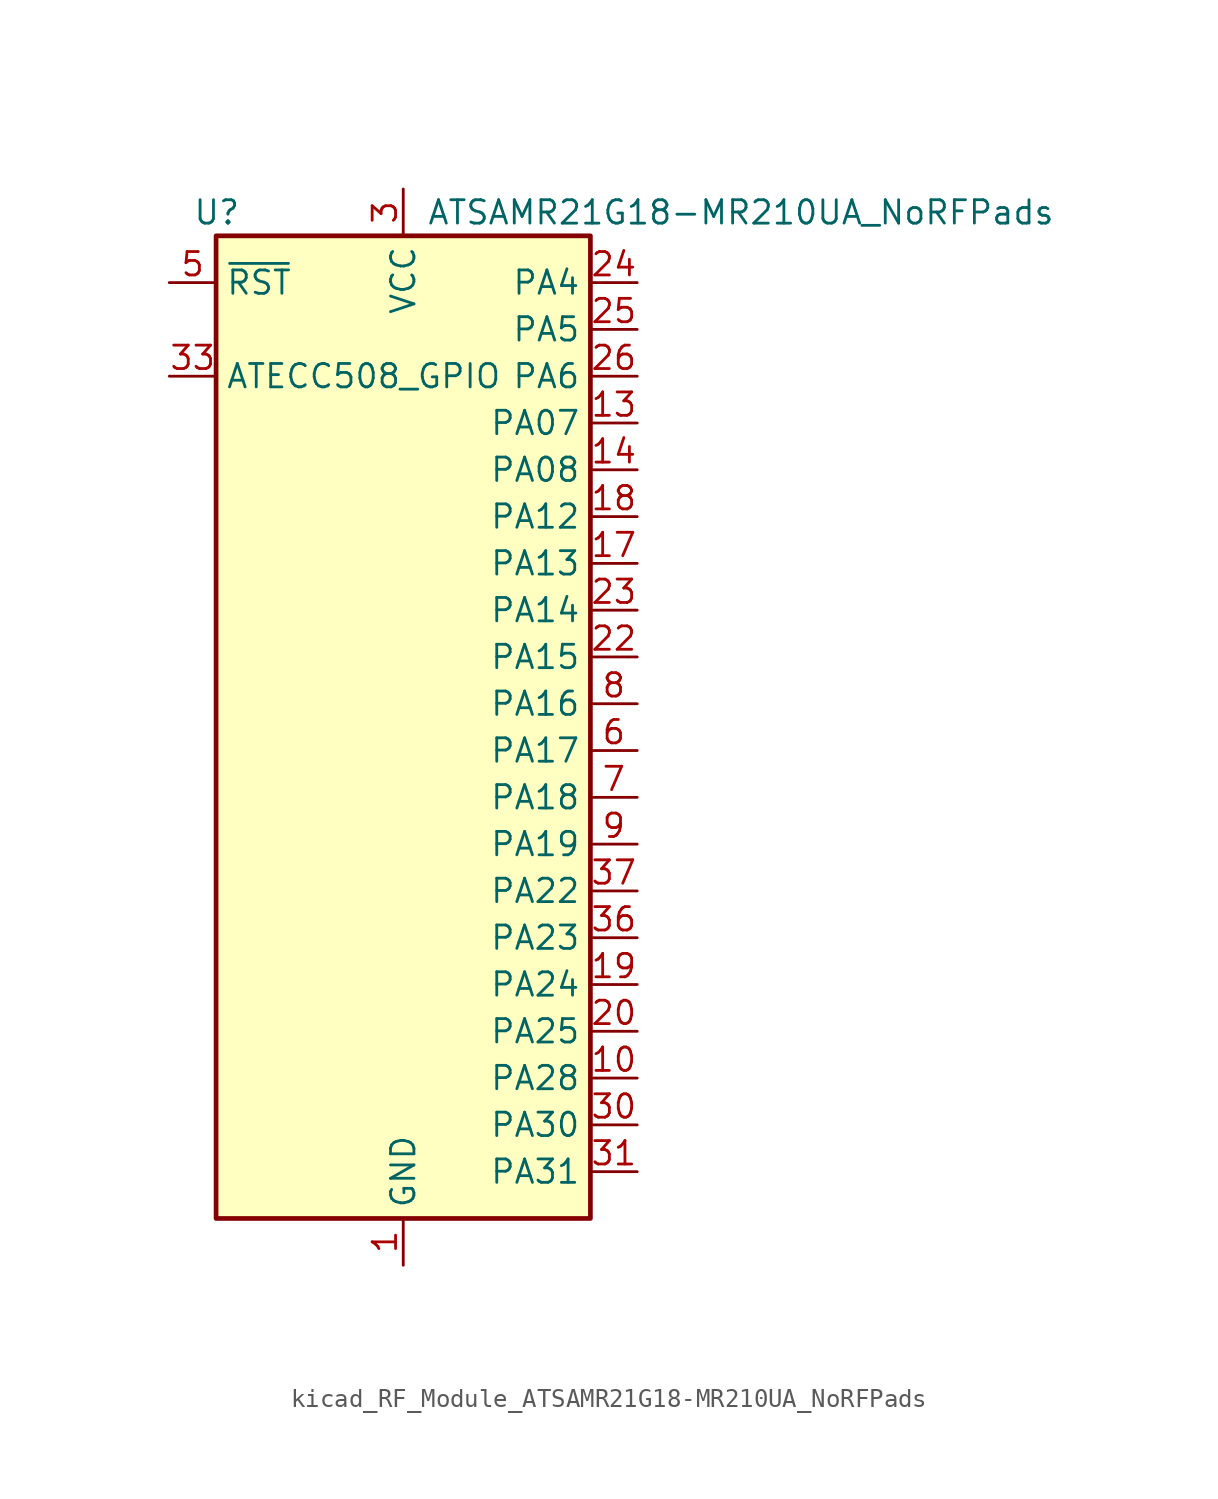
<source format=kicad_sym>
(kicad_symbol_lib
  (version 20220914)
  (generator kicad_symbol_editor)
  (symbol "kicad_RF_Module_ATSAMR21G18-MR210UA_NoRFPads"
    (property "Reference" "U"
      (at -11.43 29.21 0)
      (effects (font (size 1.27 1.27)) (justify left)))
    (property "Value" "ATSAMR21G18-MR210UA_NoRFPads"
      (at 1.27 29.21 0)
      (effects (font (size 1.27 1.27)) (justify left)))
    (symbol "kicad_RF_Module_ATSAMR21G18-MR210UA_NoRFPads_1_1"
      (rectangle (start -10.16 27.94) (end 10.16 -25.4) (stroke (width 0.254) (type default)) (fill (type background)))
      (pin power_in line (at 0 -27.94 90) (length 2.54) (name "GND" (effects (font (size 1.27 1.27)))) (number "1" (effects (font (size 1.27 1.27)))))
      (pin bidirectional line (at 12.7 -17.78 180) (length 2.54) (name "PA28" (effects (font (size 1.27 1.27)))) (number "10" (effects (font (size 1.27 1.27)))))
      (pin no_connect line (at -10.16 15.24 0) (length 2.54) hide (name "NC" (effects (font (size 1.27 1.27)))) (number "11" (effects (font (size 1.27 1.27)))))
      (pin passive line (at 0 -27.94 90) (length 2.54) hide (name "GND" (effects (font (size 1.27 1.27)))) (number "12" (effects (font (size 1.27 1.27)))))
      (pin bidirectional line (at 12.7 17.78 180) (length 2.54) (name "PA07" (effects (font (size 1.27 1.27)))) (number "13" (effects (font (size 1.27 1.27)))))
      (pin bidirectional line (at 12.7 15.24 180) (length 2.54) (name "PA08" (effects (font (size 1.27 1.27)))) (number "14" (effects (font (size 1.27 1.27)))))
      (pin no_connect line (at -10.16 12.7 0) (length 2.54) hide (name "NC" (effects (font (size 1.27 1.27)))) (number "15" (effects (font (size 1.27 1.27)))))
      (pin no_connect line (at -10.16 10.16 0) (length 2.54) hide (name "NC" (effects (font (size 1.27 1.27)))) (number "16" (effects (font (size 1.27 1.27)))))
      (pin bidirectional line (at 12.7 10.16 180) (length 2.54) (name "PA13" (effects (font (size 1.27 1.27)))) (number "17" (effects (font (size 1.27 1.27)))))
      (pin bidirectional line (at 12.7 12.7 180) (length 2.54) (name "PA12" (effects (font (size 1.27 1.27)))) (number "18" (effects (font (size 1.27 1.27)))))
      (pin bidirectional line (at 12.7 -12.7 180) (length 2.54) (name "PA24" (effects (font (size 1.27 1.27)))) (number "19" (effects (font (size 1.27 1.27)))))
      (pin passive line (at 0 -27.94 90) (length 2.54) hide (name "GND" (effects (font (size 1.27 1.27)))) (number "2" (effects (font (size 1.27 1.27)))))
      (pin bidirectional line (at 12.7 -15.24 180) (length 2.54) (name "PA25" (effects (font (size 1.27 1.27)))) (number "20" (effects (font (size 1.27 1.27)))))
      (pin no_connect line (at -10.16 7.62 0) (length 2.54) hide (name "NC" (effects (font (size 1.27 1.27)))) (number "21" (effects (font (size 1.27 1.27)))))
      (pin bidirectional line (at 12.7 5.08 180) (length 2.54) (name "PA15" (effects (font (size 1.27 1.27)))) (number "22" (effects (font (size 1.27 1.27)))))
      (pin bidirectional line (at 12.7 7.62 180) (length 2.54) (name "PA14" (effects (font (size 1.27 1.27)))) (number "23" (effects (font (size 1.27 1.27)))))
      (pin bidirectional line (at 12.7 25.4 180) (length 2.54) (name "PA4" (effects (font (size 1.27 1.27)))) (number "24" (effects (font (size 1.27 1.27)))))
      (pin bidirectional line (at 12.7 22.86 180) (length 2.54) (name "PA5" (effects (font (size 1.27 1.27)))) (number "25" (effects (font (size 1.27 1.27)))))
      (pin bidirectional line (at 12.7 20.32 180) (length 2.54) (name "PA6" (effects (font (size 1.27 1.27)))) (number "26" (effects (font (size 1.27 1.27)))))
      (pin no_connect line (at -10.16 5.08 0) (length 2.54) hide (name "NC" (effects (font (size 1.27 1.27)))) (number "27" (effects (font (size 1.27 1.27)))))
      (pin no_connect line (at -10.16 2.54 0) (length 2.54) hide (name "NC" (effects (font (size 1.27 1.27)))) (number "28" (effects (font (size 1.27 1.27)))))
      (pin passive line (at 0 -27.94 90) (length 2.54) hide (name "GND" (effects (font (size 1.27 1.27)))) (number "29" (effects (font (size 1.27 1.27)))))
      (pin power_in line (at 0 30.48 270) (length 2.54) (name "VCC" (effects (font (size 1.27 1.27)))) (number "3" (effects (font (size 1.27 1.27)))))
      (pin bidirectional line (at 12.7 -20.32 180) (length 2.54) (name "PA30" (effects (font (size 1.27 1.27)))) (number "30" (effects (font (size 1.27 1.27)))))
      (pin bidirectional line (at 12.7 -22.86 180) (length 2.54) (name "PA31" (effects (font (size 1.27 1.27)))) (number "31" (effects (font (size 1.27 1.27)))))
      (pin no_connect line (at -10.16 0 0) (length 2.54) hide (name "NC" (effects (font (size 1.27 1.27)))) (number "32" (effects (font (size 1.27 1.27)))))
      (pin bidirectional line (at -12.7 20.32 0) (length 2.54) (name "ATECC508_GPIO" (effects (font (size 1.27 1.27)))) (number "33" (effects (font (size 1.27 1.27)))))
      (pin no_connect line (at -10.16 -2.54 0) (length 2.54) hide (name "NC" (effects (font (size 1.27 1.27)))) (number "34" (effects (font (size 1.27 1.27)))))
      (pin no_connect line (at -10.16 -5.08 0) (length 2.54) hide (name "NC" (effects (font (size 1.27 1.27)))) (number "35" (effects (font (size 1.27 1.27)))))
      (pin bidirectional line (at 12.7 -10.16 180) (length 2.54) (name "PA23" (effects (font (size 1.27 1.27)))) (number "36" (effects (font (size 1.27 1.27)))))
      (pin bidirectional line (at 12.7 -7.62 180) (length 2.54) (name "PA22" (effects (font (size 1.27 1.27)))) (number "37" (effects (font (size 1.27 1.27)))))
      (pin no_connect line (at -10.16 -7.62 0) (length 2.54) hide (name "NC" (effects (font (size 1.27 1.27)))) (number "38" (effects (font (size 1.27 1.27)))))
      (pin no_connect line (at -10.16 -10.16 0) (length 2.54) hide (name "NC" (effects (font (size 1.27 1.27)))) (number "39" (effects (font (size 1.27 1.27)))))
      (pin passive line (at 0 30.48 270) (length 2.54) hide (name "VCC" (effects (font (size 1.27 1.27)))) (number "4" (effects (font (size 1.27 1.27)))))
      (pin no_connect line (at -10.16 -12.7 0) (length 2.54) hide (name "NC" (effects (font (size 1.27 1.27)))) (number "40" (effects (font (size 1.27 1.27)))))
      (pin passive line (at 0 -27.94 90) (length 2.54) hide (name "GND" (effects (font (size 1.27 1.27)))) (number "41" (effects (font (size 1.27 1.27)))))
      (pin passive line (at 0 -27.94 90) (length 2.54) hide (name "GND" (effects (font (size 1.27 1.27)))) (number "42" (effects (font (size 1.27 1.27)))))
      (pin input line (at -12.7 25.4 0) (length 2.54) (name "~{RST}" (effects (font (size 1.27 1.27)))) (number "5" (effects (font (size 1.27 1.27)))))
      (pin bidirectional line (at 12.7 0 180) (length 2.54) (name "PA17" (effects (font (size 1.27 1.27)))) (number "6" (effects (font (size 1.27 1.27)))))
      (pin bidirectional line (at 12.7 -2.54 180) (length 2.54) (name "PA18" (effects (font (size 1.27 1.27)))) (number "7" (effects (font (size 1.27 1.27)))))
      (pin bidirectional line (at 12.7 2.54 180) (length 2.54) (name "PA16" (effects (font (size 1.27 1.27)))) (number "8" (effects (font (size 1.27 1.27)))))
      (pin bidirectional line (at 12.7 -5.08 180) (length 2.54) (name "PA19" (effects (font (size 1.27 1.27)))) (number "9" (effects (font (size 1.27 1.27))))))))
</source>
